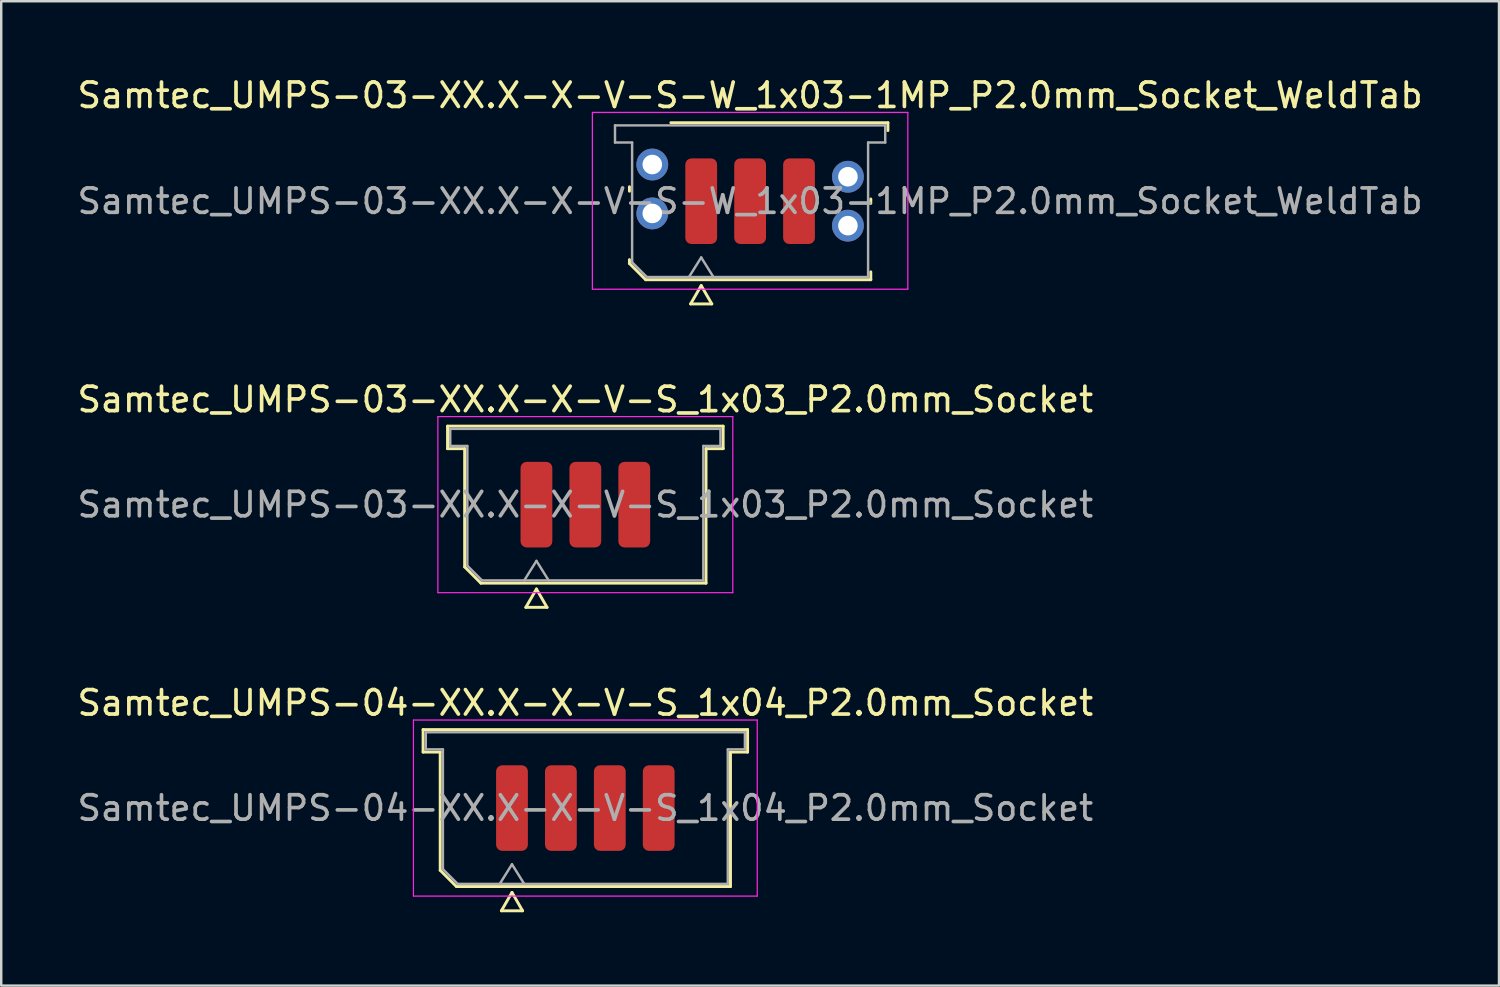
<source format=kicad_pcb>
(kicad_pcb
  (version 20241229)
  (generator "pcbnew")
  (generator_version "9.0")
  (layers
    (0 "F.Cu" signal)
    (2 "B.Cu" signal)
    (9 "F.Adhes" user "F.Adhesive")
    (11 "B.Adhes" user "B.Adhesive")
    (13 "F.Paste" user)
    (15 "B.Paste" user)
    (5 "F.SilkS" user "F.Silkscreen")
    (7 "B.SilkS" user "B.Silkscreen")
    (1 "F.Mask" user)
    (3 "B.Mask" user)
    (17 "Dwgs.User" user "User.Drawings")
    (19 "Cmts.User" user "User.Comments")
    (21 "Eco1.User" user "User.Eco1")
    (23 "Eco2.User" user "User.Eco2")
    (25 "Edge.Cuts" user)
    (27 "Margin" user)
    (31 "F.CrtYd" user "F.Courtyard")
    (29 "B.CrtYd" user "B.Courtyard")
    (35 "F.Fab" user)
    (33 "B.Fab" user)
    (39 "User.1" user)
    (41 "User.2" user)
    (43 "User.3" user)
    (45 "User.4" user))
  (footprint "Samtec_UMPS-04-XX.X-X-V-S_1x04_P2.0mm_Socket"
    (layer "F.Cu")
    (at 20.887 29.995)
    (property "Reference" "Samtec_UMPS-04-XX.X-X-V-S_1x04_P2.0mm_Socket" (at 0 -4.3 0) (layer "F.SilkS") (effects (font (size 1 1) (thickness 0.15))))
    (attr smd)
    (fp_line (start -6.635 -3.21) (end 6.635 -3.21) (stroke (width 0.12) (type solid)) (layer "F.SilkS"))
    (fp_line (start -6.635 -2.29) (end -6.635 -3.21) (stroke (width 0.12) (type solid)) (layer "F.SilkS"))
    (fp_line (start -5.935 -2.29) (end -6.635 -2.29) (stroke (width 0.12) (type solid)) (layer "F.SilkS"))
    (fp_line (start -5.935 2.546) (end -5.935 -2.29) (stroke (width 0.12) (type solid)) (layer "F.SilkS"))
    (fp_line (start -5.271 3.21) (end -5.935 2.546) (stroke (width 0.12) (type solid)) (layer "F.SilkS"))
    (fp_line (start -3.433 4.2) (end -3 3.45) (stroke (width 0.12) (type solid)) (layer "F.SilkS"))
    (fp_line (start -3 3.45) (end -2.567 4.2) (stroke (width 0.12) (type solid)) (layer "F.SilkS"))
    (fp_line (start -2.567 4.2) (end -3.433 4.2) (stroke (width 0.12) (type solid)) (layer "F.SilkS"))
    (fp_line (start 5.935 -2.29) (end 5.935 3.21) (stroke (width 0.12) (type solid)) (layer "F.SilkS"))
    (fp_line (start 5.935 3.21) (end -5.271 3.21) (stroke (width 0.12) (type solid)) (layer "F.SilkS"))
    (fp_line (start 6.635 -3.21) (end 6.635 -2.29) (stroke (width 0.12) (type solid)) (layer "F.SilkS"))
    (fp_line (start 6.635 -2.29) (end 5.935 -2.29) (stroke (width 0.12) (type solid)) (layer "F.SilkS"))
    (fp_line (start -7.03 -3.6) (end -7.03 3.6) (stroke (width 0.05) (type solid)) (layer "F.CrtYd"))
    (fp_line (start -7.03 3.6) (end 7.03 3.6) (stroke (width 0.05) (type solid)) (layer "F.CrtYd"))
    (fp_line (start 7.03 -3.6) (end -7.03 -3.6) (stroke (width 0.05) (type solid)) (layer "F.CrtYd"))
    (fp_line (start 7.03 3.6) (end 7.03 -3.6) (stroke (width 0.05) (type solid)) (layer "F.CrtYd"))
    (fp_line (start -6.525 -3.1) (end 6.525 -3.1) (stroke (width 0.1) (type solid)) (layer "F.Fab"))
    (fp_line (start -6.525 -2.4) (end -6.525 -3.1) (stroke (width 0.1) (type solid)) (layer "F.Fab"))
    (fp_line (start -5.825 -2.4) (end -6.525 -2.4) (stroke (width 0.1) (type solid)) (layer "F.Fab"))
    (fp_line (start -5.825 2.5) (end -5.825 -2.4) (stroke (width 0.1) (type solid)) (layer "F.Fab"))
    (fp_line (start -5.225 3.1) (end -5.825 2.5) (stroke (width 0.1) (type solid)) (layer "F.Fab"))
    (fp_line (start -3.5 3.1) (end -3 2.3) (stroke (width 0.1) (type solid)) (layer "F.Fab"))
    (fp_line (start -3 2.3) (end -2.5 3.1) (stroke (width 0.1) (type solid)) (layer "F.Fab"))
    (fp_line (start 5.825 -2.4) (end 5.825 3.1) (stroke (width 0.1) (type solid)) (layer "F.Fab"))
    (fp_line (start 5.825 3.1) (end -5.225 3.1) (stroke (width 0.1) (type solid)) (layer "F.Fab"))
    (fp_line (start 6.525 -3.1) (end 6.525 -2.4) (stroke (width 0.1) (type solid)) (layer "F.Fab"))
    (fp_line (start 6.525 -2.4) (end 5.825 -2.4) (stroke (width 0.1) (type solid)) (layer "F.Fab"))
    (fp_text user "${REFERENCE}" (at 0 0 0) (layer "F.Fab") (effects (font (size 1 1) (thickness 0.15))))
    (pad "1" smd roundrect (at -3 0) (size 1.3 3.5) (layers "F.Cu" "F.Mask" "F.Paste") (roundrect_rratio 0.192))
    (pad "2" smd roundrect (at -1 0) (size 1.3 3.5) (layers "F.Cu" "F.Mask" "F.Paste") (roundrect_rratio 0.192))
    (pad "3" smd roundrect (at 1 0) (size 1.3 3.5) (layers "F.Cu" "F.Mask" "F.Paste") (roundrect_rratio 0.192))
    (pad "4" smd roundrect (at 3 0) (size 1.3 3.5) (layers "F.Cu" "F.Mask" "F.Paste") (roundrect_rratio 0.192)))
  (footprint "Samtec_UMPS-03-XX.X-X-V-S-W_1x03-1MP_P2.0mm_Socket_WeldTab"
    (layer "F.Cu")
    (at 27.625 5.178)
    (property "Reference" "Samtec_UMPS-03-XX.X-X-V-S-W_1x03-1MP_P2.0mm_Socket_WeldTab" (at 0 -4.33 0) (layer "F.SilkS") (effects (font (size 1 1) (thickness 0.15))))
    (attr smd)
    (fp_line (start -4.935 -0.41) (end -4.935 -0.59) (stroke (width 0.12) (type solid)) (layer "F.SilkS"))
    (fp_line (start -4.935 2.546) (end -4.935 2.39) (stroke (width 0.12) (type solid)) (layer "F.SilkS"))
    (fp_line (start -4.271 3.21) (end -4.935 2.546) (stroke (width 0.12) (type solid)) (layer "F.SilkS"))
    (fp_line (start -3.24 -3.21) (end 5.635 -3.21) (stroke (width 0.12) (type solid)) (layer "F.SilkS"))
    (fp_line (start -2.433 4.2) (end -2 3.45) (stroke (width 0.12) (type solid)) (layer "F.SilkS"))
    (fp_line (start -2 3.45) (end -1.567 4.2) (stroke (width 0.12) (type solid)) (layer "F.SilkS"))
    (fp_line (start -1.567 4.2) (end -2.433 4.2) (stroke (width 0.12) (type solid)) (layer "F.SilkS"))
    (fp_line (start 4.935 -0.09) (end 4.935 0.09) (stroke (width 0.12) (type solid)) (layer "F.SilkS"))
    (fp_line (start 4.935 2.89) (end 4.935 3.21) (stroke (width 0.12) (type solid)) (layer "F.SilkS"))
    (fp_line (start 4.935 3.21) (end -4.271 3.21) (stroke (width 0.12) (type solid)) (layer "F.SilkS"))
    (fp_line (start 5.635 -3.21) (end 5.635 -2.89) (stroke (width 0.12) (type solid)) (layer "F.SilkS"))
    (fp_line (start -6.45 -3.63) (end -6.45 3.6) (stroke (width 0.05) (type solid)) (layer "F.CrtYd"))
    (fp_line (start -6.45 3.6) (end 6.45 3.6) (stroke (width 0.05) (type solid)) (layer "F.CrtYd"))
    (fp_line (start 6.45 -3.63) (end -6.45 -3.63) (stroke (width 0.05) (type solid)) (layer "F.CrtYd"))
    (fp_line (start 6.45 3.6) (end 6.45 -3.63) (stroke (width 0.05) (type solid)) (layer "F.CrtYd"))
    (fp_line (start -5.525 -3.1) (end 5.525 -3.1) (stroke (width 0.1) (type solid)) (layer "F.Fab"))
    (fp_line (start -5.525 -2.4) (end -5.525 -3.1) (stroke (width 0.1) (type solid)) (layer "F.Fab"))
    (fp_line (start -4.825 -2.4) (end -5.525 -2.4) (stroke (width 0.1) (type solid)) (layer "F.Fab"))
    (fp_line (start -4.825 2.5) (end -4.825 -2.4) (stroke (width 0.1) (type solid)) (layer "F.Fab"))
    (fp_line (start -4.225 3.1) (end -4.825 2.5) (stroke (width 0.1) (type solid)) (layer "F.Fab"))
    (fp_line (start -2.5 3.1) (end -2 2.3) (stroke (width 0.1) (type solid)) (layer "F.Fab"))
    (fp_line (start -2 2.3) (end -1.5 3.1) (stroke (width 0.1) (type solid)) (layer "F.Fab"))
    (fp_line (start 4.825 -2.4) (end 4.825 3.1) (stroke (width 0.1) (type solid)) (layer "F.Fab"))
    (fp_line (start 4.825 3.1) (end -4.225 3.1) (stroke (width 0.1) (type solid)) (layer "F.Fab"))
    (fp_line (start 5.525 -3.1) (end 5.525 -2.4) (stroke (width 0.1) (type solid)) (layer "F.Fab"))
    (fp_line (start 5.525 -2.4) (end 4.825 -2.4) (stroke (width 0.1) (type solid)) (layer "F.Fab"))
    (fp_text user "${REFERENCE}" (at 0 0 0) (layer "F.Fab") (effects (font (size 1 1) (thickness 0.15))))
    (pad "" smd rect (at -4.725 -1.99) (size 2.45 2.28) (layers "F.Paste"))
    (pad "" smd rect (at -4.725 0.99) (size 2.45 2.28) (layers "F.Paste"))
    (pad "" smd rect (at 4.725 -1.49) (size 2.45 2.28) (layers "F.Paste"))
    (pad "" smd rect (at 4.725 1.49) (size 2.45 2.28) (layers "F.Paste"))
    (pad "1" smd roundrect (at -2 0) (size 1.3 3.5) (layers "F.Cu" "F.Mask" "F.Paste") (roundrect_rratio 0.192))
    (pad "2" smd roundrect (at 0 0) (size 1.3 3.5) (layers "F.Cu" "F.Mask" "F.Paste") (roundrect_rratio 0.192))
    (pad "3" smd roundrect (at 2 0) (size 1.3 3.5) (layers "F.Cu" "F.Mask" "F.Paste") (roundrect_rratio 0.192))
    (pad "MP" thru_hole circle (at -4 -1.5) (size 1.3 1.3) (drill 0.8) (layers "*.Cu" "*.Mask"))
    (pad "MP" thru_hole circle (at -4 0.5) (size 1.3 1.3) (drill 0.8) (layers "*.Cu" "*.Mask"))
    (pad "MP" thru_hole circle (at 4 -1) (size 1.3 1.3) (drill 0.8) (layers "*.Cu" "*.Mask"))
    (pad "MP" thru_hole circle (at 4 1) (size 1.3 1.3) (drill 0.8) (layers "*.Cu" "*.Mask")))
  (footprint "Samtec_UMPS-03-XX.X-X-V-S_1x03_P2.0mm_Socket"
    (layer "F.Cu")
    (at 20.887 17.587)
    (property "Reference" "Samtec_UMPS-03-XX.X-X-V-S_1x03_P2.0mm_Socket" (at 0 -4.3 0) (layer "F.SilkS") (effects (font (size 1 1) (thickness 0.15))))
    (attr smd)
    (fp_line (start -5.635 -3.21) (end 5.635 -3.21) (stroke (width 0.12) (type solid)) (layer "F.SilkS"))
    (fp_line (start -5.635 -2.29) (end -5.635 -3.21) (stroke (width 0.12) (type solid)) (layer "F.SilkS"))
    (fp_line (start -4.935 -2.29) (end -5.635 -2.29) (stroke (width 0.12) (type solid)) (layer "F.SilkS"))
    (fp_line (start -4.935 2.546) (end -4.935 -2.29) (stroke (width 0.12) (type solid)) (layer "F.SilkS"))
    (fp_line (start -4.271 3.21) (end -4.935 2.546) (stroke (width 0.12) (type solid)) (layer "F.SilkS"))
    (fp_line (start -2.433 4.2) (end -2 3.45) (stroke (width 0.12) (type solid)) (layer "F.SilkS"))
    (fp_line (start -2 3.45) (end -1.567 4.2) (stroke (width 0.12) (type solid)) (layer "F.SilkS"))
    (fp_line (start -1.567 4.2) (end -2.433 4.2) (stroke (width 0.12) (type solid)) (layer "F.SilkS"))
    (fp_line (start 4.935 -2.29) (end 4.935 3.21) (stroke (width 0.12) (type solid)) (layer "F.SilkS"))
    (fp_line (start 4.935 3.21) (end -4.271 3.21) (stroke (width 0.12) (type solid)) (layer "F.SilkS"))
    (fp_line (start 5.635 -3.21) (end 5.635 -2.29) (stroke (width 0.12) (type solid)) (layer "F.SilkS"))
    (fp_line (start 5.635 -2.29) (end 4.935 -2.29) (stroke (width 0.12) (type solid)) (layer "F.SilkS"))
    (fp_line (start -6.03 -3.6) (end -6.03 3.6) (stroke (width 0.05) (type solid)) (layer "F.CrtYd"))
    (fp_line (start -6.03 3.6) (end 6.03 3.6) (stroke (width 0.05) (type solid)) (layer "F.CrtYd"))
    (fp_line (start 6.03 -3.6) (end -6.03 -3.6) (stroke (width 0.05) (type solid)) (layer "F.CrtYd"))
    (fp_line (start 6.03 3.6) (end 6.03 -3.6) (stroke (width 0.05) (type solid)) (layer "F.CrtYd"))
    (fp_line (start -5.525 -3.1) (end 5.525 -3.1) (stroke (width 0.1) (type solid)) (layer "F.Fab"))
    (fp_line (start -5.525 -2.4) (end -5.525 -3.1) (stroke (width 0.1) (type solid)) (layer "F.Fab"))
    (fp_line (start -4.825 -2.4) (end -5.525 -2.4) (stroke (width 0.1) (type solid)) (layer "F.Fab"))
    (fp_line (start -4.825 2.5) (end -4.825 -2.4) (stroke (width 0.1) (type solid)) (layer "F.Fab"))
    (fp_line (start -4.225 3.1) (end -4.825 2.5) (stroke (width 0.1) (type solid)) (layer "F.Fab"))
    (fp_line (start -2.5 3.1) (end -2 2.3) (stroke (width 0.1) (type solid)) (layer "F.Fab"))
    (fp_line (start -2 2.3) (end -1.5 3.1) (stroke (width 0.1) (type solid)) (layer "F.Fab"))
    (fp_line (start 4.825 -2.4) (end 4.825 3.1) (stroke (width 0.1) (type solid)) (layer "F.Fab"))
    (fp_line (start 4.825 3.1) (end -4.225 3.1) (stroke (width 0.1) (type solid)) (layer "F.Fab"))
    (fp_line (start 5.525 -3.1) (end 5.525 -2.4) (stroke (width 0.1) (type solid)) (layer "F.Fab"))
    (fp_line (start 5.525 -2.4) (end 4.825 -2.4) (stroke (width 0.1) (type solid)) (layer "F.Fab"))
    (fp_text user "${REFERENCE}" (at 0 0 0) (layer "F.Fab") (effects (font (size 1 1) (thickness 0.15))))
    (pad "1" smd roundrect (at -2 0) (size 1.3 3.5) (layers "F.Cu" "F.Mask" "F.Paste") (roundrect_rratio 0.192))
    (pad "2" smd roundrect (at 0 0) (size 1.3 3.5) (layers "F.Cu" "F.Mask" "F.Paste") (roundrect_rratio 0.192))
    (pad "3" smd roundrect (at 2 0) (size 1.3 3.5) (layers "F.Cu" "F.Mask" "F.Paste") (roundrect_rratio 0.192)))
  (gr_rect
    (start -3 -3)
    (end 58.25 37.255)
    (stroke (width 0.1) (type default))
    (fill no)
    (layer "Edge.Cuts")))
</source>
